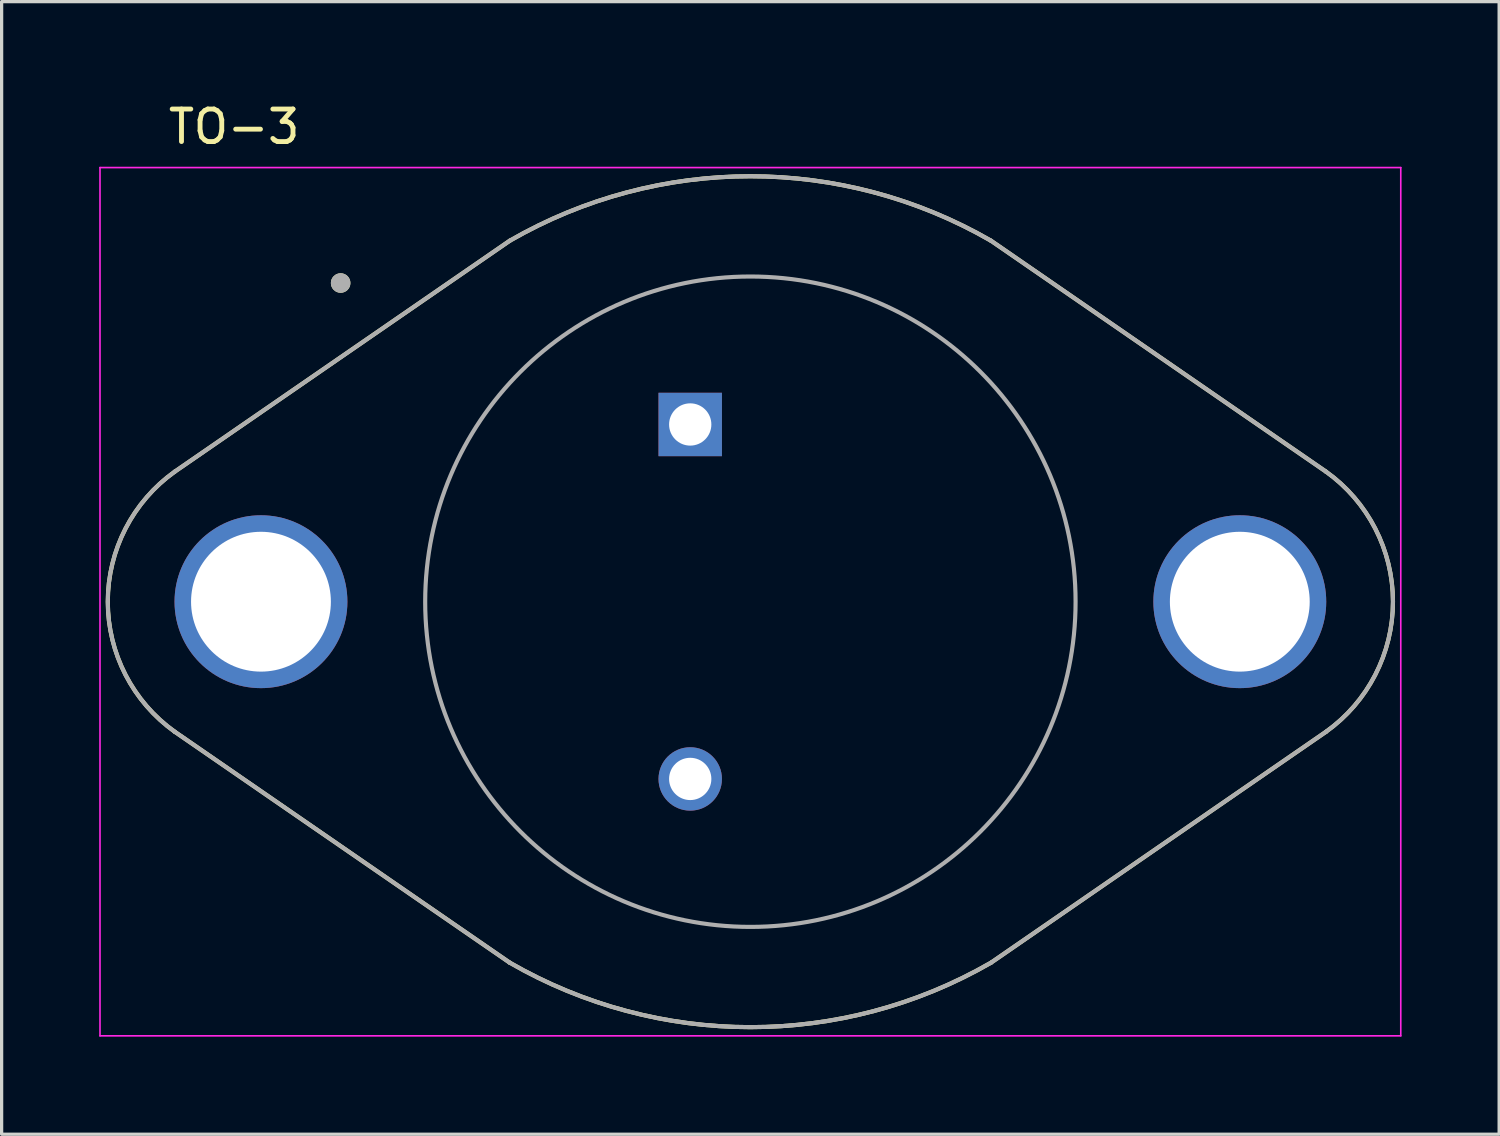
<source format=kicad_pcb>
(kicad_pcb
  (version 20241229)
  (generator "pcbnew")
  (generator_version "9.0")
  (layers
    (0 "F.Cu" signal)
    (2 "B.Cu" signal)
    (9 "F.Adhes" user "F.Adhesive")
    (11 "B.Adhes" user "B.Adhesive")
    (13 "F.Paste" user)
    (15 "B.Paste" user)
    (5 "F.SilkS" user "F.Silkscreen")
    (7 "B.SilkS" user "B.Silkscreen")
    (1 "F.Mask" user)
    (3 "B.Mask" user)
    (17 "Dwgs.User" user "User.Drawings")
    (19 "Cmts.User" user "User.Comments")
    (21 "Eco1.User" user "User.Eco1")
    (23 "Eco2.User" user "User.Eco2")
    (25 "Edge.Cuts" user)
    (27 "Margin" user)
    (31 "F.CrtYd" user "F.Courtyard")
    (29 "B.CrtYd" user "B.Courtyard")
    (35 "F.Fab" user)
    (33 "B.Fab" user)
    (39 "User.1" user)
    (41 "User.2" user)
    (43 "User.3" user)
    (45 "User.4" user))
  (footprint "TO-3"
    (layer "F.Cu")
    (at 20.025 15.453)
    (property "Reference" "TO-3" (at -15.875 -14.605 0) (layer "F.SilkS") (effects (font (size 1 1) (thickness 0.15))))
    (attr through_hole)
    (fp_line (start -17.7 -4) (end -7.4 -11.1) (stroke (width 0.127) (type solid)) (layer "F.SilkS"))
    (fp_line (start -7.4 11.1) (end -17.7 4) (stroke (width 0.127) (type solid)) (layer "F.SilkS"))
    (fp_line (start 7.4 -11.1) (end 17.7 -4) (stroke (width 0.127) (type solid)) (layer "F.SilkS"))
    (fp_line (start 17.7 4) (end 7.4 11.1) (stroke (width 0.127) (type solid)) (layer "F.SilkS"))
    (fp_arc (start -17.7 4) (mid -19.760135 0) (end -17.7 -4) (stroke (width 0.127) (type solid)) (layer "F.SilkS"))
    (fp_arc (start -7.4 -11.1) (mid 0 -13.082824) (end 7.4 -11.1) (stroke (width 0.127) (type solid)) (layer "F.SilkS"))
    (fp_arc (start 7.4 11.1) (mid 0 13.082824) (end -7.4 11.1) (stroke (width 0.127) (type solid)) (layer "F.SilkS"))
    (fp_arc (start 17.7 -4) (mid 19.760135 0) (end 17.7 4) (stroke (width 0.127) (type solid)) (layer "F.SilkS"))
    (fp_circle (center -12.6 -9.8) (end -12.45 -9.8) (stroke (width 0.3) (type solid)) (fill no) (layer "F.SilkS"))
    (fp_line (start -20 -13.35) (end 20 -13.35) (stroke (width 0.05) (type solid)) (layer "F.CrtYd"))
    (fp_line (start -20 13.35) (end -20 -13.35) (stroke (width 0.05) (type solid)) (layer "F.CrtYd"))
    (fp_line (start 20 -13.35) (end 20 13.35) (stroke (width 0.05) (type solid)) (layer "F.CrtYd"))
    (fp_line (start 20 13.35) (end -20 13.35) (stroke (width 0.05) (type solid)) (layer "F.CrtYd"))
    (fp_line (start -17.7 -4) (end -7.4 -11.1) (stroke (width 0.127) (type solid)) (layer "F.Fab"))
    (fp_line (start -7.4 11.1) (end -17.7 4) (stroke (width 0.127) (type solid)) (layer "F.Fab"))
    (fp_line (start 7.4 -11.1) (end 17.7 -4) (stroke (width 0.127) (type solid)) (layer "F.Fab"))
    (fp_line (start 17.7 4) (end 7.4 11.1) (stroke (width 0.127) (type solid)) (layer "F.Fab"))
    (fp_arc (start -17.7 4) (mid -19.760135 0) (end -17.7 -4) (stroke (width 0.127) (type solid)) (layer "F.Fab"))
    (fp_arc (start -7.4 -11.1) (mid 0 -13.082824) (end 7.4 -11.1) (stroke (width 0.127) (type solid)) (layer "F.Fab"))
    (fp_arc (start 7.4 11.1) (mid 0 13.082824) (end -7.4 11.1) (stroke (width 0.127) (type solid)) (layer "F.Fab"))
    (fp_arc (start 17.7 -4) (mid 19.760135 0) (end 17.7 4) (stroke (width 0.127) (type solid)) (layer "F.Fab"))
    (fp_circle (center -12.6 -9.8) (end -12.45 -9.8) (stroke (width 0.3) (type solid)) (fill no) (layer "F.Fab"))
    (fp_circle (center 0 0) (end 10 0) (stroke (width 0.127) (type solid)) (fill no) (layer "F.Fab"))
    (pad "1" thru_hole rect (at -1.85 -5.45) (size 1.95 1.95) (drill 1.3) (layers "*.Cu" "*.Mask"))
    (pad "2" thru_hole circle (at -1.85 5.45) (size 1.95 1.95) (drill 1.3) (layers "*.Cu" "*.Mask"))
    (pad "3_1" thru_hole circle (at 15.05 0) (size 5.316 5.316) (drill 4.3) (layers "*.Cu" "*.Mask"))
    (pad "3_2" thru_hole circle (at -15.05 0) (size 5.316 5.316) (drill 4.3) (layers "*.Cu" "*.Mask")))
  (gr_rect
    (start -3 -3)
    (end 43.05 31.828)
    (stroke (width 0.1) (type default))
    (fill no)
    (layer "Edge.Cuts")))
</source>
